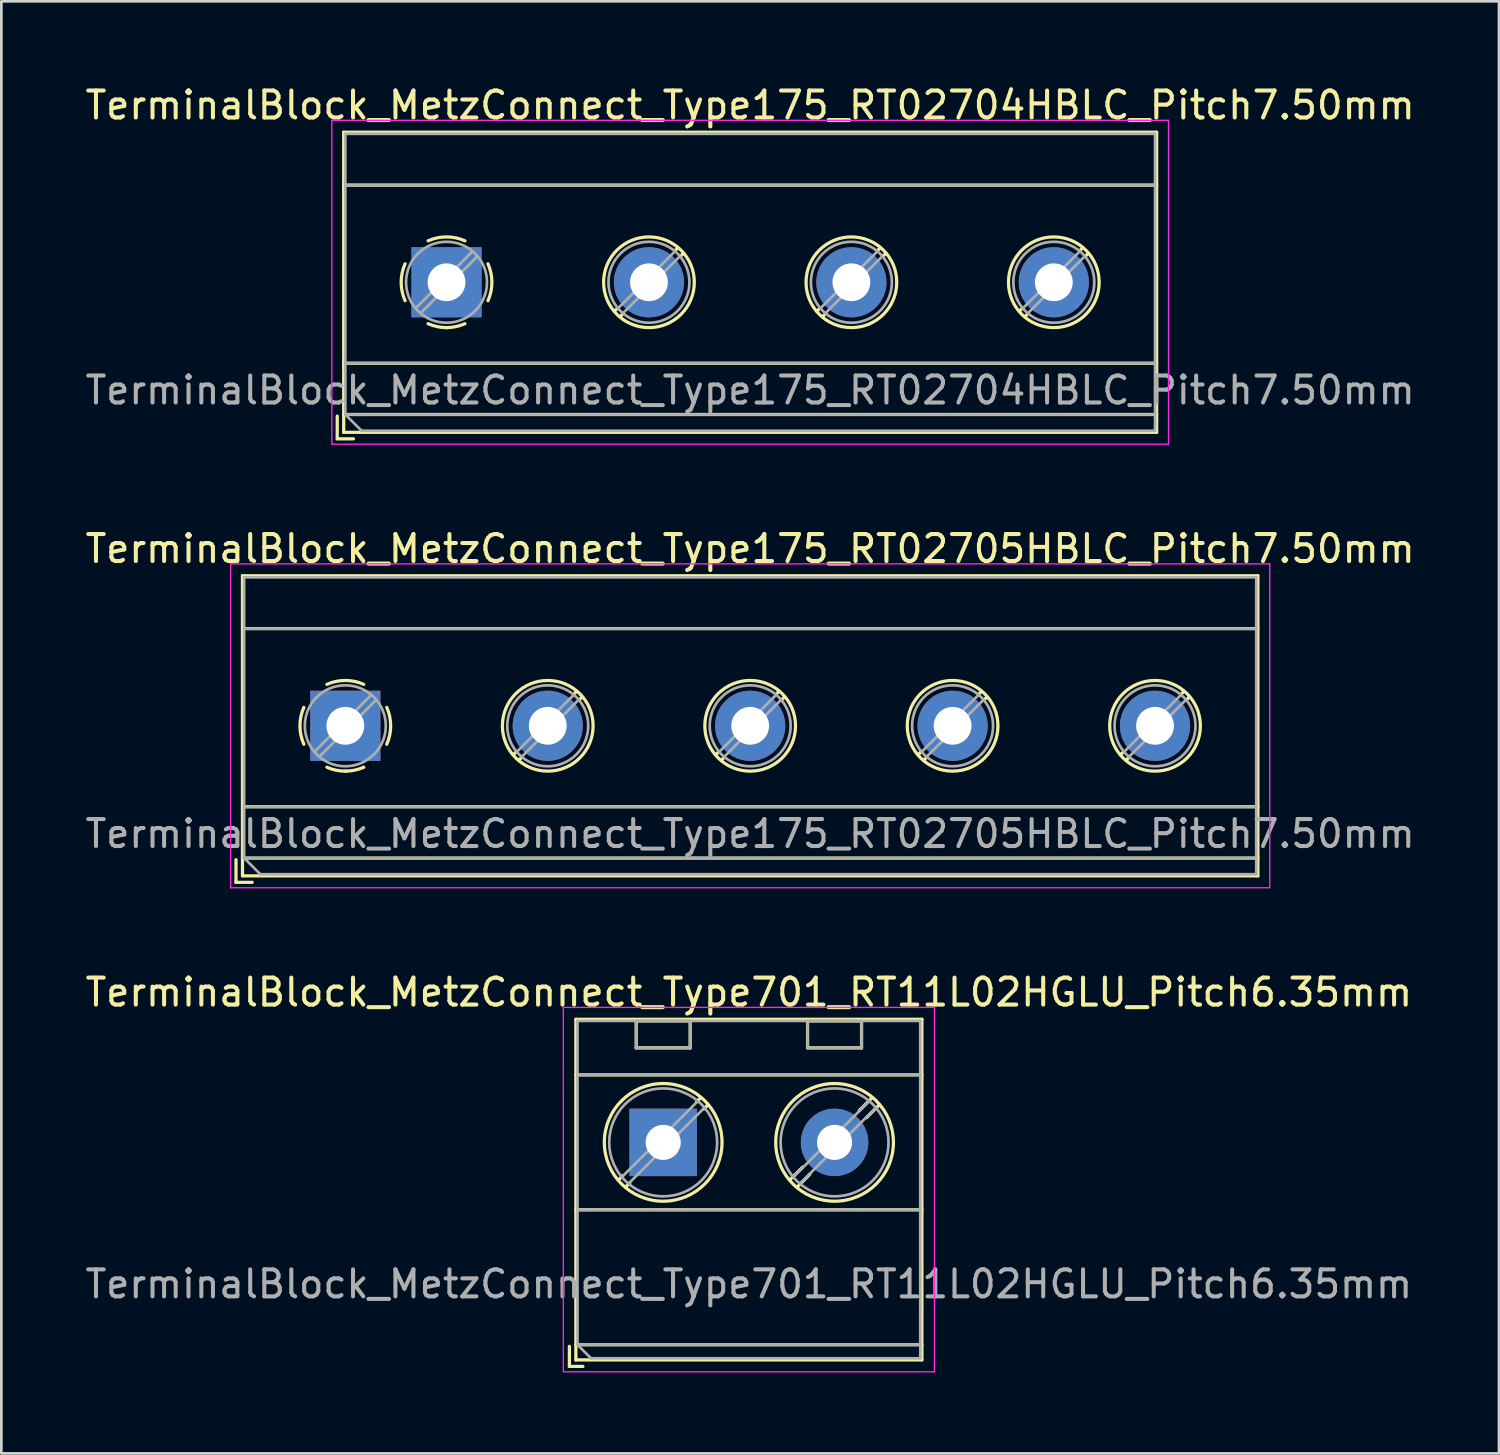
<source format=kicad_pcb>
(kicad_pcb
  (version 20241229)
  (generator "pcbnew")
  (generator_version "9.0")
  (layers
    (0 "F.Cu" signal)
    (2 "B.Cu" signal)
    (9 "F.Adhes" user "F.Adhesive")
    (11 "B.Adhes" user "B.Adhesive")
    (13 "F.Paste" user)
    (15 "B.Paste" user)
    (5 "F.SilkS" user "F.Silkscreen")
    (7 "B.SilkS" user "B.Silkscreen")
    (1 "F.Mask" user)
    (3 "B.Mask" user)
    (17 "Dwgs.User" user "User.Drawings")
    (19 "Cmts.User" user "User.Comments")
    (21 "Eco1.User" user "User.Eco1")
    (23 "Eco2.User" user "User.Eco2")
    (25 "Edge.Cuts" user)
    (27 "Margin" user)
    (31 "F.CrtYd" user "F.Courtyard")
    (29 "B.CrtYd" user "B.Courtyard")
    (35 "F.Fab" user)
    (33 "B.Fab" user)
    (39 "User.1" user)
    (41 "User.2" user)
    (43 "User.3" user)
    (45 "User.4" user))
  (footprint "TerminalBlock_MetzConnect_Type175_RT02704HBLC_Pitch7.50mm"
    (layer "F.Cu")
    (at 13.494 7.408)
    (property "Reference" "TerminalBlock_MetzConnect_Type175_RT02704HBLC_Pitch7.50mm" (at 11.25 -6.56 0) (layer "F.SilkS") (effects (font (size 1 1) (thickness 0.15))))
    (attr through_hole)
    (fp_line (start -4.05 4.96) (end -4.05 5.8) (stroke (width 0.12) (type solid)) (layer "F.SilkS"))
    (fp_line (start -4.05 5.8) (end -3.45 5.8) (stroke (width 0.12) (type solid)) (layer "F.SilkS"))
    (fp_line (start -3.81 -5.56) (end -3.81 5.56) (stroke (width 0.12) (type solid)) (layer "F.SilkS"))
    (fp_line (start -3.81 -3.6) (end 26.31 -3.6) (stroke (width 0.12) (type solid)) (layer "F.SilkS"))
    (fp_line (start -3.81 3) (end 26.31 3) (stroke (width 0.12) (type solid)) (layer "F.SilkS"))
    (fp_line (start -3.81 4.9) (end 26.31 4.9) (stroke (width 0.12) (type solid)) (layer "F.SilkS"))
    (fp_line (start -3.81 5.56) (end 26.31 5.56) (stroke (width 0.12) (type solid)) (layer "F.SilkS"))
    (fp_line (start 6.32 0.976) (end 6.226 1.069) (stroke (width 0.12) (type solid)) (layer "F.SilkS"))
    (fp_line (start 6.502 1.204) (end 6.431 1.274) (stroke (width 0.12) (type solid)) (layer "F.SilkS"))
    (fp_line (start 8.57 -1.275) (end 8.499 -1.204) (stroke (width 0.12) (type solid)) (layer "F.SilkS"))
    (fp_line (start 8.775 -1.069) (end 8.681 -0.976) (stroke (width 0.12) (type solid)) (layer "F.SilkS"))
    (fp_line (start 13.82 0.976) (end 13.726 1.069) (stroke (width 0.12) (type solid)) (layer "F.SilkS"))
    (fp_line (start 14.002 1.204) (end 13.931 1.274) (stroke (width 0.12) (type solid)) (layer "F.SilkS"))
    (fp_line (start 16.07 -1.275) (end 15.999 -1.204) (stroke (width 0.12) (type solid)) (layer "F.SilkS"))
    (fp_line (start 16.275 -1.069) (end 16.181 -0.976) (stroke (width 0.12) (type solid)) (layer "F.SilkS"))
    (fp_line (start 21.32 0.976) (end 21.226 1.069) (stroke (width 0.12) (type solid)) (layer "F.SilkS"))
    (fp_line (start 21.502 1.204) (end 21.431 1.274) (stroke (width 0.12) (type solid)) (layer "F.SilkS"))
    (fp_line (start 23.57 -1.275) (end 23.499 -1.204) (stroke (width 0.12) (type solid)) (layer "F.SilkS"))
    (fp_line (start 23.775 -1.069) (end 23.681 -0.976) (stroke (width 0.12) (type solid)) (layer "F.SilkS"))
    (fp_line (start 26.31 -5.56) (end -3.81 -5.56) (stroke (width 0.12) (type solid)) (layer "F.SilkS"))
    (fp_line (start 26.31 5.56) (end 26.31 -5.56) (stroke (width 0.12) (type solid)) (layer "F.SilkS"))
    (fp_arc (start -1.535427 0.683042) (mid -1.680501 -0.000524) (end -1.535 -0.684) (stroke (width 0.12) (type solid)) (layer "F.SilkS"))
    (fp_arc (start -0.683042 -1.535427) (mid 0.000524 -1.680501) (end 0.684 -1.535) (stroke (width 0.12) (type solid)) (layer "F.SilkS"))
    (fp_arc (start 0.028805 1.680253) (mid -0.335551 1.646659) (end -0.684 1.535) (stroke (width 0.12) (type solid)) (layer "F.SilkS"))
    (fp_arc (start 0.683318 1.534756) (mid 0.349292 1.643288) (end 0 1.68) (stroke (width 0.12) (type solid)) (layer "F.SilkS"))
    (fp_arc (start 1.535427 -0.683042) (mid 1.680501 0.000524) (end 1.535 0.684) (stroke (width 0.12) (type solid)) (layer "F.SilkS"))
    (fp_circle (center 7.5 0) (end 9.18 0) (stroke (width 0.12) (type solid)) (fill no) (layer "F.SilkS"))
    (fp_circle (center 15 0) (end 16.68 0) (stroke (width 0.12) (type solid)) (fill no) (layer "F.SilkS"))
    (fp_circle (center 22.5 0) (end 24.18 0) (stroke (width 0.12) (type solid)) (fill no) (layer "F.SilkS"))
    (fp_line (start -4.25 -6) (end -4.25 6) (stroke (width 0.05) (type solid)) (layer "F.CrtYd"))
    (fp_line (start -4.25 6) (end 26.75 6) (stroke (width 0.05) (type solid)) (layer "F.CrtYd"))
    (fp_line (start 26.75 -6) (end -4.25 -6) (stroke (width 0.05) (type solid)) (layer "F.CrtYd"))
    (fp_line (start 26.75 6) (end 26.75 -6) (stroke (width 0.05) (type solid)) (layer "F.CrtYd"))
    (fp_line (start -3.75 -5.5) (end 26.25 -5.5) (stroke (width 0.1) (type solid)) (layer "F.Fab"))
    (fp_line (start -3.75 -3.6) (end 26.25 -3.6) (stroke (width 0.1) (type solid)) (layer "F.Fab"))
    (fp_line (start -3.75 3) (end 26.25 3) (stroke (width 0.1) (type solid)) (layer "F.Fab"))
    (fp_line (start -3.75 4.9) (end -3.75 -5.5) (stroke (width 0.1) (type solid)) (layer "F.Fab"))
    (fp_line (start -3.75 4.9) (end 26.25 4.9) (stroke (width 0.1) (type solid)) (layer "F.Fab"))
    (fp_line (start -3.15 5.5) (end -3.75 4.9) (stroke (width 0.1) (type solid)) (layer "F.Fab"))
    (fp_line (start 0.955 -1.138) (end -1.138 0.955) (stroke (width 0.1) (type solid)) (layer "F.Fab"))
    (fp_line (start 1.138 -0.955) (end -0.955 1.138) (stroke (width 0.1) (type solid)) (layer "F.Fab"))
    (fp_line (start 8.455 -1.138) (end 6.363 0.955) (stroke (width 0.1) (type solid)) (layer "F.Fab"))
    (fp_line (start 8.638 -0.955) (end 6.546 1.138) (stroke (width 0.1) (type solid)) (layer "F.Fab"))
    (fp_line (start 15.955 -1.138) (end 13.863 0.955) (stroke (width 0.1) (type solid)) (layer "F.Fab"))
    (fp_line (start 16.138 -0.955) (end 14.046 1.138) (stroke (width 0.1) (type solid)) (layer "F.Fab"))
    (fp_line (start 23.455 -1.138) (end 21.363 0.955) (stroke (width 0.1) (type solid)) (layer "F.Fab"))
    (fp_line (start 23.638 -0.955) (end 21.546 1.138) (stroke (width 0.1) (type solid)) (layer "F.Fab"))
    (fp_line (start 26.25 -5.5) (end 26.25 5.5) (stroke (width 0.1) (type solid)) (layer "F.Fab"))
    (fp_line (start 26.25 5.5) (end -3.15 5.5) (stroke (width 0.1) (type solid)) (layer "F.Fab"))
    (fp_circle (center 0 0) (end 1.5 0) (stroke (width 0.1) (type solid)) (fill no) (layer "F.Fab"))
    (fp_circle (center 7.5 0) (end 9 0) (stroke (width 0.1) (type solid)) (fill no) (layer "F.Fab"))
    (fp_circle (center 15 0) (end 16.5 0) (stroke (width 0.1) (type solid)) (fill no) (layer "F.Fab"))
    (fp_circle (center 22.5 0) (end 24 0) (stroke (width 0.1) (type solid)) (fill no) (layer "F.Fab"))
    (fp_text user "${REFERENCE}" (at 11.25 4 0) (layer "F.Fab") (effects (font (size 1 1) (thickness 0.15))))
    (pad "1" thru_hole rect (at 0 0) (size 2.6 2.6) (drill 1.4) (layers "*.Cu" "*.Mask"))
    (pad "2" thru_hole oval (at 7.5 0) (size 2.6 2.6) (drill 1.4) (layers "*.Cu" "*.Mask"))
    (pad "3" thru_hole oval (at 15 0) (size 2.6 2.6) (drill 1.4) (layers "*.Cu" "*.Mask"))
    (pad "4" thru_hole oval (at 22.5 0) (size 2.6 2.6) (drill 1.4) (layers "*.Cu" "*.Mask")))
  (footprint "TerminalBlock_MetzConnect_Type175_RT02705HBLC_Pitch7.50mm"
    (layer "F.Cu")
    (at 9.744 23.841)
    (property "Reference" "TerminalBlock_MetzConnect_Type175_RT02705HBLC_Pitch7.50mm" (at 15 -6.56 0) (layer "F.SilkS") (effects (font (size 1 1) (thickness 0.15))))
    (attr through_hole)
    (fp_line (start -4.05 4.96) (end -4.05 5.8) (stroke (width 0.12) (type solid)) (layer "F.SilkS"))
    (fp_line (start -4.05 5.8) (end -3.45 5.8) (stroke (width 0.12) (type solid)) (layer "F.SilkS"))
    (fp_line (start -3.81 -5.56) (end -3.81 5.56) (stroke (width 0.12) (type solid)) (layer "F.SilkS"))
    (fp_line (start -3.81 -3.6) (end 33.81 -3.6) (stroke (width 0.12) (type solid)) (layer "F.SilkS"))
    (fp_line (start -3.81 3) (end 33.81 3) (stroke (width 0.12) (type solid)) (layer "F.SilkS"))
    (fp_line (start -3.81 4.9) (end 33.81 4.9) (stroke (width 0.12) (type solid)) (layer "F.SilkS"))
    (fp_line (start -3.81 5.56) (end 33.81 5.56) (stroke (width 0.12) (type solid)) (layer "F.SilkS"))
    (fp_line (start 6.32 0.976) (end 6.226 1.069) (stroke (width 0.12) (type solid)) (layer "F.SilkS"))
    (fp_line (start 6.502 1.204) (end 6.431 1.274) (stroke (width 0.12) (type solid)) (layer "F.SilkS"))
    (fp_line (start 8.57 -1.275) (end 8.499 -1.204) (stroke (width 0.12) (type solid)) (layer "F.SilkS"))
    (fp_line (start 8.775 -1.069) (end 8.681 -0.976) (stroke (width 0.12) (type solid)) (layer "F.SilkS"))
    (fp_line (start 13.82 0.976) (end 13.726 1.069) (stroke (width 0.12) (type solid)) (layer "F.SilkS"))
    (fp_line (start 14.002 1.204) (end 13.931 1.274) (stroke (width 0.12) (type solid)) (layer "F.SilkS"))
    (fp_line (start 16.07 -1.275) (end 15.999 -1.204) (stroke (width 0.12) (type solid)) (layer "F.SilkS"))
    (fp_line (start 16.275 -1.069) (end 16.181 -0.976) (stroke (width 0.12) (type solid)) (layer "F.SilkS"))
    (fp_line (start 21.32 0.976) (end 21.226 1.069) (stroke (width 0.12) (type solid)) (layer "F.SilkS"))
    (fp_line (start 21.502 1.204) (end 21.431 1.274) (stroke (width 0.12) (type solid)) (layer "F.SilkS"))
    (fp_line (start 23.57 -1.275) (end 23.499 -1.204) (stroke (width 0.12) (type solid)) (layer "F.SilkS"))
    (fp_line (start 23.775 -1.069) (end 23.681 -0.976) (stroke (width 0.12) (type solid)) (layer "F.SilkS"))
    (fp_line (start 28.82 0.976) (end 28.726 1.069) (stroke (width 0.12) (type solid)) (layer "F.SilkS"))
    (fp_line (start 29.002 1.204) (end 28.931 1.274) (stroke (width 0.12) (type solid)) (layer "F.SilkS"))
    (fp_line (start 31.07 -1.275) (end 30.999 -1.204) (stroke (width 0.12) (type solid)) (layer "F.SilkS"))
    (fp_line (start 31.275 -1.069) (end 31.181 -0.976) (stroke (width 0.12) (type solid)) (layer "F.SilkS"))
    (fp_line (start 33.81 -5.56) (end -3.81 -5.56) (stroke (width 0.12) (type solid)) (layer "F.SilkS"))
    (fp_line (start 33.81 5.56) (end 33.81 -5.56) (stroke (width 0.12) (type solid)) (layer "F.SilkS"))
    (fp_arc (start -1.535427 0.683042) (mid -1.680501 -0.000524) (end -1.535 -0.684) (stroke (width 0.12) (type solid)) (layer "F.SilkS"))
    (fp_arc (start -0.683042 -1.535427) (mid 0.000524 -1.680501) (end 0.684 -1.535) (stroke (width 0.12) (type solid)) (layer "F.SilkS"))
    (fp_arc (start 0.028805 1.680253) (mid -0.335551 1.646659) (end -0.684 1.535) (stroke (width 0.12) (type solid)) (layer "F.SilkS"))
    (fp_arc (start 0.683318 1.534756) (mid 0.349292 1.643288) (end 0 1.68) (stroke (width 0.12) (type solid)) (layer "F.SilkS"))
    (fp_arc (start 1.535427 -0.683042) (mid 1.680501 0.000524) (end 1.535 0.684) (stroke (width 0.12) (type solid)) (layer "F.SilkS"))
    (fp_circle (center 7.5 0) (end 9.18 0) (stroke (width 0.12) (type solid)) (fill no) (layer "F.SilkS"))
    (fp_circle (center 15 0) (end 16.68 0) (stroke (width 0.12) (type solid)) (fill no) (layer "F.SilkS"))
    (fp_circle (center 22.5 0) (end 24.18 0) (stroke (width 0.12) (type solid)) (fill no) (layer "F.SilkS"))
    (fp_circle (center 30 0) (end 31.68 0) (stroke (width 0.12) (type solid)) (fill no) (layer "F.SilkS"))
    (fp_line (start -4.25 -6) (end -4.25 6) (stroke (width 0.05) (type solid)) (layer "F.CrtYd"))
    (fp_line (start -4.25 6) (end 34.25 6) (stroke (width 0.05) (type solid)) (layer "F.CrtYd"))
    (fp_line (start 34.25 -6) (end -4.25 -6) (stroke (width 0.05) (type solid)) (layer "F.CrtYd"))
    (fp_line (start 34.25 6) (end 34.25 -6) (stroke (width 0.05) (type solid)) (layer "F.CrtYd"))
    (fp_line (start -3.75 -5.5) (end 33.75 -5.5) (stroke (width 0.1) (type solid)) (layer "F.Fab"))
    (fp_line (start -3.75 -3.6) (end 33.75 -3.6) (stroke (width 0.1) (type solid)) (layer "F.Fab"))
    (fp_line (start -3.75 3) (end 33.75 3) (stroke (width 0.1) (type solid)) (layer "F.Fab"))
    (fp_line (start -3.75 4.9) (end -3.75 -5.5) (stroke (width 0.1) (type solid)) (layer "F.Fab"))
    (fp_line (start -3.75 4.9) (end 33.75 4.9) (stroke (width 0.1) (type solid)) (layer "F.Fab"))
    (fp_line (start -3.15 5.5) (end -3.75 4.9) (stroke (width 0.1) (type solid)) (layer "F.Fab"))
    (fp_line (start 0.955 -1.138) (end -1.138 0.955) (stroke (width 0.1) (type solid)) (layer "F.Fab"))
    (fp_line (start 1.138 -0.955) (end -0.955 1.138) (stroke (width 0.1) (type solid)) (layer "F.Fab"))
    (fp_line (start 8.455 -1.138) (end 6.363 0.955) (stroke (width 0.1) (type solid)) (layer "F.Fab"))
    (fp_line (start 8.638 -0.955) (end 6.546 1.138) (stroke (width 0.1) (type solid)) (layer "F.Fab"))
    (fp_line (start 15.955 -1.138) (end 13.863 0.955) (stroke (width 0.1) (type solid)) (layer "F.Fab"))
    (fp_line (start 16.138 -0.955) (end 14.046 1.138) (stroke (width 0.1) (type solid)) (layer "F.Fab"))
    (fp_line (start 23.455 -1.138) (end 21.363 0.955) (stroke (width 0.1) (type solid)) (layer "F.Fab"))
    (fp_line (start 23.638 -0.955) (end 21.546 1.138) (stroke (width 0.1) (type solid)) (layer "F.Fab"))
    (fp_line (start 30.955 -1.138) (end 28.863 0.955) (stroke (width 0.1) (type solid)) (layer "F.Fab"))
    (fp_line (start 31.138 -0.955) (end 29.046 1.138) (stroke (width 0.1) (type solid)) (layer "F.Fab"))
    (fp_line (start 33.75 -5.5) (end 33.75 5.5) (stroke (width 0.1) (type solid)) (layer "F.Fab"))
    (fp_line (start 33.75 5.5) (end -3.15 5.5) (stroke (width 0.1) (type solid)) (layer "F.Fab"))
    (fp_circle (center 0 0) (end 1.5 0) (stroke (width 0.1) (type solid)) (fill no) (layer "F.Fab"))
    (fp_circle (center 7.5 0) (end 9 0) (stroke (width 0.1) (type solid)) (fill no) (layer "F.Fab"))
    (fp_circle (center 15 0) (end 16.5 0) (stroke (width 0.1) (type solid)) (fill no) (layer "F.Fab"))
    (fp_circle (center 22.5 0) (end 24 0) (stroke (width 0.1) (type solid)) (fill no) (layer "F.Fab"))
    (fp_circle (center 30 0) (end 31.5 0) (stroke (width 0.1) (type solid)) (fill no) (layer "F.Fab"))
    (fp_text user "${REFERENCE}" (at 15 4 0) (layer "F.Fab") (effects (font (size 1 1) (thickness 0.15))))
    (pad "1" thru_hole rect (at 0 0) (size 2.6 2.6) (drill 1.4) (layers "*.Cu" "*.Mask"))
    (pad "2" thru_hole oval (at 7.5 0) (size 2.6 2.6) (drill 1.4) (layers "*.Cu" "*.Mask"))
    (pad "3" thru_hole oval (at 15 0) (size 2.6 2.6) (drill 1.4) (layers "*.Cu" "*.Mask"))
    (pad "4" thru_hole oval (at 22.5 0) (size 2.6 2.6) (drill 1.4) (layers "*.Cu" "*.Mask"))
    (pad "5" thru_hole oval (at 30 0) (size 2.6 2.6) (drill 1.4) (layers "*.Cu" "*.Mask")))
  (footprint "TerminalBlock_MetzConnect_Type701_RT11L02HGLU_Pitch6.35mm"
    (layer "F.Cu")
    (at 21.521 39.275)
    (property "Reference" "TerminalBlock_MetzConnect_Type701_RT11L02HGLU_Pitch6.35mm" (at 3.175 -5.56 0) (layer "F.SilkS") (effects (font (size 1 1) (thickness 0.15))))
    (attr through_hole)
    (fp_line (start -3.475 7.56) (end -3.475 8.3) (stroke (width 0.12) (type solid)) (layer "F.SilkS"))
    (fp_line (start -3.475 8.3) (end -2.975 8.3) (stroke (width 0.12) (type solid)) (layer "F.SilkS"))
    (fp_line (start -3.235 -4.56) (end -3.235 8.06) (stroke (width 0.12) (type solid)) (layer "F.SilkS"))
    (fp_line (start -3.235 -2.5) (end 9.585 -2.5) (stroke (width 0.12) (type solid)) (layer "F.SilkS"))
    (fp_line (start -3.235 2.5) (end 9.585 2.5) (stroke (width 0.12) (type solid)) (layer "F.SilkS"))
    (fp_line (start -3.235 7.5) (end 9.585 7.5) (stroke (width 0.12) (type solid)) (layer "F.SilkS"))
    (fp_line (start -3.235 8.06) (end 9.585 8.06) (stroke (width 0.12) (type solid)) (layer "F.SilkS"))
    (fp_line (start -1.502 1.235) (end -1.654 1.388) (stroke (width 0.12) (type solid)) (layer "F.SilkS"))
    (fp_line (start -1.236 1.502) (end -1.388 1.654) (stroke (width 0.12) (type solid)) (layer "F.SilkS"))
    (fp_line (start -1 -4.5) (end -1 -3.5) (stroke (width 0.12) (type solid)) (layer "F.SilkS"))
    (fp_line (start -1 -4.5) (end 1 -4.5) (stroke (width 0.12) (type solid)) (layer "F.SilkS"))
    (fp_line (start -1 -3.5) (end 1 -3.5) (stroke (width 0.12) (type solid)) (layer "F.SilkS"))
    (fp_line (start 1 -4.5) (end 1 -3.5) (stroke (width 0.12) (type solid)) (layer "F.SilkS"))
    (fp_line (start 1.388 -1.654) (end 1.236 -1.502) (stroke (width 0.12) (type solid)) (layer "F.SilkS"))
    (fp_line (start 1.654 -1.388) (end 1.502 -1.236) (stroke (width 0.12) (type solid)) (layer "F.SilkS"))
    (fp_line (start 5.168 0.916) (end 4.697 1.388) (stroke (width 0.12) (type solid)) (layer "F.SilkS"))
    (fp_line (start 5.35 -4.5) (end 5.35 -3.5) (stroke (width 0.12) (type solid)) (layer "F.SilkS"))
    (fp_line (start 5.35 -4.5) (end 7.35 -4.5) (stroke (width 0.12) (type solid)) (layer "F.SilkS"))
    (fp_line (start 5.35 -3.5) (end 7.35 -3.5) (stroke (width 0.12) (type solid)) (layer "F.SilkS"))
    (fp_line (start 5.434 1.182) (end 4.963 1.654) (stroke (width 0.12) (type solid)) (layer "F.SilkS"))
    (fp_line (start 7.35 -4.5) (end 7.35 -3.5) (stroke (width 0.12) (type solid)) (layer "F.SilkS"))
    (fp_line (start 7.738 -1.654) (end 7.267 -1.182) (stroke (width 0.12) (type solid)) (layer "F.SilkS"))
    (fp_line (start 8.004 -1.388) (end 7.533 -0.916) (stroke (width 0.12) (type solid)) (layer "F.SilkS"))
    (fp_line (start 9.585 -4.56) (end -3.235 -4.56) (stroke (width 0.12) (type solid)) (layer "F.SilkS"))
    (fp_line (start 9.585 8.06) (end 9.585 -4.56) (stroke (width 0.12) (type solid)) (layer "F.SilkS"))
    (fp_circle (center 0 0) (end 2.18 0) (stroke (width 0.12) (type solid)) (fill no) (layer "F.SilkS"))
    (fp_circle (center 6.35 0) (end 8.53 0) (stroke (width 0.12) (type solid)) (fill no) (layer "F.SilkS"))
    (fp_line (start -3.7 -5) (end -3.7 8.5) (stroke (width 0.05) (type solid)) (layer "F.CrtYd"))
    (fp_line (start -3.7 8.5) (end 10.05 8.5) (stroke (width 0.05) (type solid)) (layer "F.CrtYd"))
    (fp_line (start 10.05 -5) (end -3.7 -5) (stroke (width 0.05) (type solid)) (layer "F.CrtYd"))
    (fp_line (start 10.05 8.5) (end 10.05 -5) (stroke (width 0.05) (type solid)) (layer "F.CrtYd"))
    (fp_line (start -3.175 -4.5) (end 9.525 -4.5) (stroke (width 0.1) (type solid)) (layer "F.Fab"))
    (fp_line (start -3.175 -2.5) (end 9.525 -2.5) (stroke (width 0.1) (type solid)) (layer "F.Fab"))
    (fp_line (start -3.175 2.5) (end 9.525 2.5) (stroke (width 0.1) (type solid)) (layer "F.Fab"))
    (fp_line (start -3.175 7.5) (end -3.175 -4.5) (stroke (width 0.1) (type solid)) (layer "F.Fab"))
    (fp_line (start -3.175 7.5) (end 9.525 7.5) (stroke (width 0.1) (type solid)) (layer "F.Fab"))
    (fp_line (start -2.675 8) (end -3.175 7.5) (stroke (width 0.1) (type solid)) (layer "F.Fab"))
    (fp_line (start -1 -4.5) (end -1 -3.5) (stroke (width 0.1) (type solid)) (layer "F.Fab"))
    (fp_line (start -1 -3.5) (end 1 -3.5) (stroke (width 0.1) (type solid)) (layer "F.Fab"))
    (fp_line (start 1 -4.5) (end -1 -4.5) (stroke (width 0.1) (type solid)) (layer "F.Fab"))
    (fp_line (start 1 -3.5) (end 1 -4.5) (stroke (width 0.1) (type solid)) (layer "F.Fab"))
    (fp_line (start 1.273 -1.517) (end -1.517 1.273) (stroke (width 0.1) (type solid)) (layer "F.Fab"))
    (fp_line (start 1.517 -1.273) (end -1.273 1.517) (stroke (width 0.1) (type solid)) (layer "F.Fab"))
    (fp_line (start 5.35 -4.5) (end 5.35 -3.5) (stroke (width 0.1) (type solid)) (layer "F.Fab"))
    (fp_line (start 5.35 -3.5) (end 7.35 -3.5) (stroke (width 0.1) (type solid)) (layer "F.Fab"))
    (fp_line (start 7.35 -4.5) (end 5.35 -4.5) (stroke (width 0.1) (type solid)) (layer "F.Fab"))
    (fp_line (start 7.35 -3.5) (end 7.35 -4.5) (stroke (width 0.1) (type solid)) (layer "F.Fab"))
    (fp_line (start 7.623 -1.517) (end 4.834 1.273) (stroke (width 0.1) (type solid)) (layer "F.Fab"))
    (fp_line (start 7.867 -1.273) (end 5.078 1.517) (stroke (width 0.1) (type solid)) (layer "F.Fab"))
    (fp_line (start 9.525 -4.5) (end 9.525 8) (stroke (width 0.1) (type solid)) (layer "F.Fab"))
    (fp_line (start 9.525 8) (end -2.675 8) (stroke (width 0.1) (type solid)) (layer "F.Fab"))
    (fp_circle (center 0 0) (end 2 0) (stroke (width 0.1) (type solid)) (fill no) (layer "F.Fab"))
    (fp_circle (center 6.35 0) (end 8.35 0) (stroke (width 0.1) (type solid)) (fill no) (layer "F.Fab"))
    (fp_text user "${REFERENCE}" (at 3.175 5.25 0) (layer "F.Fab") (effects (font (size 1 1) (thickness 0.15))))
    (pad "1" thru_hole rect (at 0 0) (size 2.5 2.5) (drill 1.3) (layers "*.Cu" "*.Mask"))
    (pad "2" thru_hole oval (at 6.35 0) (size 2.5 2.5) (drill 1.3) (layers "*.Cu" "*.Mask")))
  (gr_rect
    (start -3 -3)
    (end 52.488 50.8)
    (stroke (width 0.1) (type default))
    (fill no)
    (layer "Edge.Cuts")))
</source>
